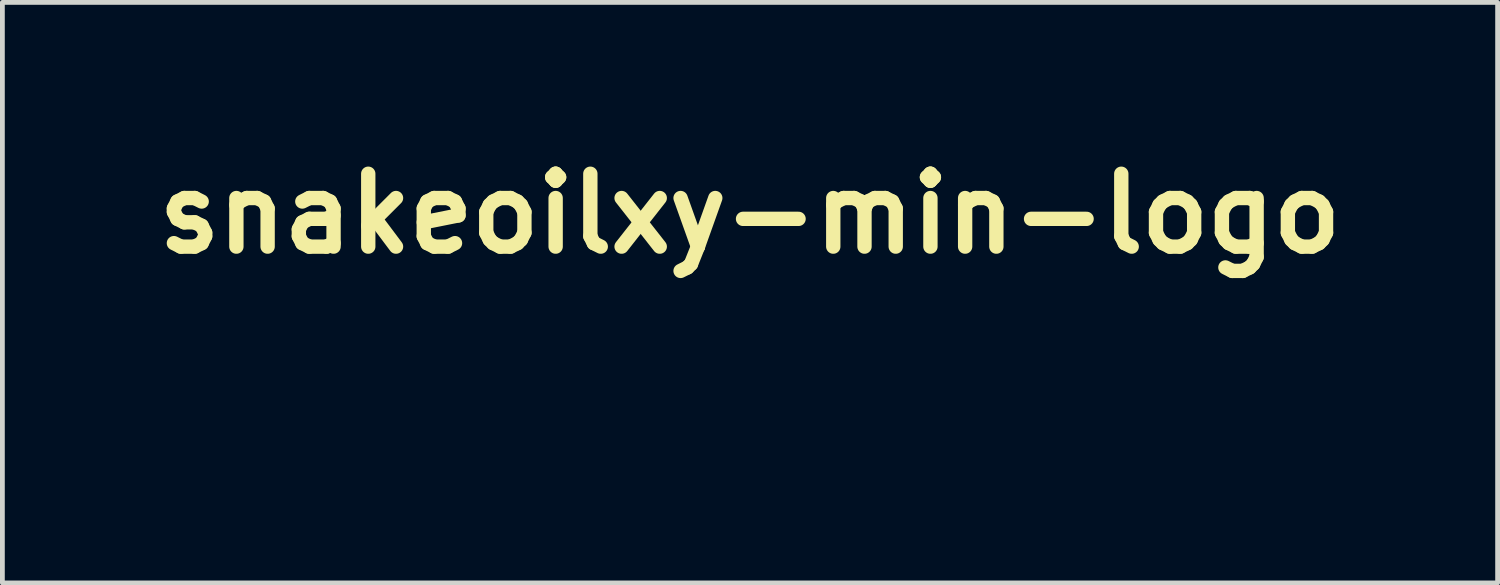
<source format=kicad_pcb>
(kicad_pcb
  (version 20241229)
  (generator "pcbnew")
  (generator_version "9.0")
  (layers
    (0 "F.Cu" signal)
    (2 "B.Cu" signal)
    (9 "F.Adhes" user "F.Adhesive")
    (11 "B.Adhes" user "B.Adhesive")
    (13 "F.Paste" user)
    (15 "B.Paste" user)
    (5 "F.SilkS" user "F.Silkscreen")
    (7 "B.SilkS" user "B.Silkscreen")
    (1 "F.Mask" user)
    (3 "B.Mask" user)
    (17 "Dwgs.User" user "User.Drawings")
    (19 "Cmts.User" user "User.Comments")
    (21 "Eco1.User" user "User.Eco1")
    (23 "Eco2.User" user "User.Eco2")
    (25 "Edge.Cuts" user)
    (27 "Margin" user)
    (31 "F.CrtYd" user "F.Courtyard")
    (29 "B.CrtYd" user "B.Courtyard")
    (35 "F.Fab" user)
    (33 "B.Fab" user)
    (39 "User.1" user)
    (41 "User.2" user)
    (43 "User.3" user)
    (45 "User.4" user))
  (footprint "snakeoilxy-min-logo"
    (layer "F.Cu")
    (at 5.168 4.851)
    (property "Reference" "snakeoilxy-min-logo" (at 7.466 -3.433 0) (layer "F.SilkS") (effects (font (size 1.524 1.524) (thickness 0.3))))
    (attr through_hole)
    (fp_poly (pts (xy -2.159 -1.605) (xy -2.157 -1.598) (xy -2.152 -1.581) (xy -2.144 -1.554) (xy -2.134 -1.518) (xy -2.122 -1.476) (xy -2.108 -1.427) (xy -2.093 -1.374) (xy -2.084 -1.342) (xy -2.012 -1.082) (xy -2.063 -1.065) (xy -2.092 -1.055) (xy -2.12 -1.045) (xy -2.143 -1.036) (xy -2.145 -1.035) (xy -2.163 -1.027) (xy -2.175 -1.022) (xy -2.178 -1.021) (xy -2.181 -1.027) (xy -2.19 -1.042) (xy -2.203 -1.067) (xy -2.22 -1.099) (xy -2.241 -1.138) (xy -2.264 -1.182) (xy -2.29 -1.231) (xy -2.307 -1.262) (xy -2.433 -1.503) (xy -2.398 -1.52) (xy -2.367 -1.534) (xy -2.332 -1.549) (xy -2.296 -1.563) (xy -2.26 -1.576) (xy -2.227 -1.588) (xy -2.198 -1.597) (xy -2.176 -1.603) (xy -2.162 -1.606) (xy -2.159 -1.605)) (stroke (width 0.01) (type solid)) (fill yes) (layer "F.Mask"))
    (fp_poly (pts (xy 0.729 0.227) (xy 0.781 0.279) (xy 0.831 0.328) (xy 0.878 0.375) (xy 0.922 0.418) (xy 0.962 0.456) (xy 0.997 0.489) (xy 1.025 0.516) (xy 1.047 0.536) (xy 1.06 0.548) (xy 1.062 0.55) (xy 1.153 0.611) (xy 1.248 0.66) (xy 1.348 0.697) (xy 1.451 0.722) (xy 1.558 0.735) (xy 1.58 0.736) (xy 1.673 0.739) (xy 1.673 1.284) (xy 1.589 1.283) (xy 1.552 1.282) (xy 1.514 1.281) (xy 1.479 1.279) (xy 1.454 1.276) (xy 1.327 1.256) (xy 1.199 1.223) (xy 1.074 1.179) (xy 0.953 1.123) (xy 0.837 1.057) (xy 0.785 1.024) (xy 0.761 1.006) (xy 0.736 0.988) (xy 0.71 0.967) (xy 0.682 0.944) (xy 0.652 0.917) (xy 0.617 0.886) (xy 0.579 0.849) (xy 0.535 0.807) (xy 0.486 0.759) (xy 0.429 0.703) (xy 0.365 0.64) (xy 0.319 0.594) (xy 0.048 0.322) (xy 0.435 -0.065) (xy 0.729 0.227)) (stroke (width 0.01) (type solid)) (fill yes) (layer "F.Mask"))
    (fp_poly (pts (xy -2.972 -1.031) (xy -2.958 -1.022) (xy -2.939 -1.01) (xy -2.926 -1.001) (xy -2.908 -0.989) (xy -2.882 -0.971) (xy -2.849 -0.948) (xy -2.81 -0.922) (xy -2.767 -0.893) (xy -2.723 -0.863) (xy -2.7 -0.848) (xy -2.524 -0.729) (xy -2.557 -0.677) (xy -2.585 -0.627) (xy -2.613 -0.571) (xy -2.638 -0.513) (xy -2.657 -0.459) (xy -2.657 -0.457) (xy -2.665 -0.436) (xy -2.672 -0.42) (xy -2.678 -0.413) (xy -2.679 -0.412) (xy -2.686 -0.414) (xy -2.705 -0.418) (xy -2.733 -0.424) (xy -2.77 -0.432) (xy -2.814 -0.442) (xy -2.863 -0.452) (xy -2.917 -0.464) (xy -2.943 -0.47) (xy -2.998 -0.482) (xy -3.049 -0.494) (xy -3.095 -0.504) (xy -3.135 -0.513) (xy -3.166 -0.52) (xy -3.189 -0.526) (xy -3.201 -0.529) (xy -3.202 -0.529) (xy -3.202 -0.536) (xy -3.198 -0.553) (xy -3.191 -0.578) (xy -3.183 -0.607) (xy -3.173 -0.639) (xy -3.162 -0.672) (xy -3.151 -0.703) (xy -3.149 -0.709) (xy -3.127 -0.762) (xy -3.101 -0.82) (xy -3.071 -0.879) (xy -3.041 -0.934) (xy -3.015 -0.976) (xy -3 -0.999) (xy -2.988 -1.018) (xy -2.98 -1.03) (xy -2.978 -1.033) (xy -2.972 -1.031)) (stroke (width 0.01) (type solid)) (fill yes) (layer "F.Mask"))
    (fp_poly (pts (xy -2.547 -1.429) (xy -2.537 -1.414) (xy -2.521 -1.392) (xy -2.501 -1.363) (xy -2.478 -1.329) (xy -2.453 -1.29) (xy -2.425 -1.249) (xy -2.397 -1.207) (xy -2.37 -1.165) (xy -2.343 -1.124) (xy -2.318 -1.086) (xy -2.296 -1.052) (xy -2.278 -1.023) (xy -2.264 -1.001) (xy -2.256 -0.988) (xy -2.254 -0.983) (xy -2.259 -0.977) (xy -2.272 -0.967) (xy -2.29 -0.954) (xy -2.294 -0.952) (xy -2.315 -0.936) (xy -2.342 -0.915) (xy -2.371 -0.892) (xy -2.39 -0.875) (xy -2.413 -0.855) (xy -2.431 -0.839) (xy -2.444 -0.829) (xy -2.449 -0.825) (xy -2.449 -0.825) (xy -2.454 -0.829) (xy -2.467 -0.841) (xy -2.488 -0.859) (xy -2.516 -0.884) (xy -2.548 -0.913) (xy -2.585 -0.946) (xy -2.626 -0.982) (xy -2.645 -0.999) (xy -2.687 -1.037) (xy -2.726 -1.072) (xy -2.761 -1.105) (xy -2.792 -1.133) (xy -2.816 -1.155) (xy -2.834 -1.172) (xy -2.843 -1.181) (xy -2.844 -1.183) (xy -2.846 -1.189) (xy -2.843 -1.197) (xy -2.834 -1.209) (xy -2.819 -1.225) (xy -2.796 -1.246) (xy -2.766 -1.274) (xy -2.738 -1.298) (xy -2.711 -1.32) (xy -2.682 -1.344) (xy -2.651 -1.367) (xy -2.622 -1.389) (xy -2.595 -1.408) (xy -2.573 -1.423) (xy -2.558 -1.432) (xy -2.551 -1.434) (xy -2.547 -1.429)) (stroke (width 0.01) (type solid)) (fill yes) (layer "F.Mask"))
    (fp_poly (pts (xy -1.738 -1.66) (xy -1.711 -1.658) (xy -1.677 -1.656) (xy -1.644 -1.653) (xy -1.638 -1.653) (xy -1.54 -1.642) (xy -1.438 -1.621) (xy -1.333 -1.593) (xy -1.231 -1.558) (xy -1.134 -1.516) (xy -1.076 -1.487) (xy -1.041 -1.468) (xy -1.009 -1.449) (xy -0.978 -1.431) (xy -0.949 -1.411) (xy -0.919 -1.39) (xy -0.888 -1.366) (xy -0.855 -1.34) (xy -0.82 -1.309) (xy -0.781 -1.274) (xy -0.738 -1.233) (xy -0.689 -1.186) (xy -0.634 -1.133) (xy -0.572 -1.072) (xy -0.502 -1.002) (xy -0.5 -1) (xy -0.194 -0.695) (xy -0.388 -0.503) (xy -0.429 -0.462) (xy -0.467 -0.424) (xy -0.501 -0.391) (xy -0.53 -0.362) (xy -0.554 -0.338) (xy -0.571 -0.321) (xy -0.581 -0.312) (xy -0.583 -0.31) (xy -0.587 -0.315) (xy -0.6 -0.327) (xy -0.621 -0.347) (xy -0.648 -0.374) (xy -0.681 -0.407) (xy -0.719 -0.445) (xy -0.762 -0.488) (xy -0.809 -0.535) (xy -0.859 -0.584) (xy -0.886 -0.611) (xy -0.95 -0.675) (xy -1.006 -0.73) (xy -1.055 -0.779) (xy -1.098 -0.82) (xy -1.135 -0.855) (xy -1.167 -0.885) (xy -1.196 -0.91) (xy -1.221 -0.931) (xy -1.244 -0.949) (xy -1.266 -0.964) (xy -1.287 -0.978) (xy -1.308 -0.99) (xy -1.33 -1.002) (xy -1.353 -1.014) (xy -1.421 -1.044) (xy -1.494 -1.07) (xy -1.569 -1.09) (xy -1.642 -1.103) (xy -1.709 -1.11) (xy -1.728 -1.11) (xy -1.781 -1.11) (xy -1.781 -1.664) (xy -1.738 -1.66)) (stroke (width 0.01) (type solid)) (fill yes) (layer "F.Mask"))
    (fp_poly (pts (xy 1.733 -1.655) (xy 1.864 -1.64) (xy 1.995 -1.613) (xy 2.122 -1.573) (xy 2.245 -1.523) (xy 2.363 -1.461) (xy 2.475 -1.389) (xy 2.581 -1.308) (xy 2.678 -1.217) (xy 2.768 -1.117) (xy 2.848 -1.009) (xy 2.918 -0.894) (xy 2.977 -0.773) (xy 3.024 -0.647) (xy 3.06 -0.518) (xy 3.084 -0.387) (xy 3.096 -0.253) (xy 3.096 -0.118) (xy 3.084 0.018) (xy 3.063 0.134) (xy 3.033 0.247) (xy 2.992 0.36) (xy 2.941 0.472) (xy 2.882 0.58) (xy 2.815 0.682) (xy 2.77 0.741) (xy 2.742 0.773) (xy 2.708 0.81) (xy 2.668 0.85) (xy 2.627 0.89) (xy 2.587 0.928) (xy 2.549 0.96) (xy 2.52 0.984) (xy 2.487 1.008) (xy 2.45 1.033) (xy 2.413 1.058) (xy 2.375 1.081) (xy 2.339 1.102) (xy 2.306 1.12) (xy 2.278 1.134) (xy 2.256 1.144) (xy 2.242 1.147) (xy 2.239 1.146) (xy 2.235 1.14) (xy 2.228 1.123) (xy 2.217 1.097) (xy 2.202 1.065) (xy 2.185 1.026) (xy 2.166 0.983) (xy 2.147 0.938) (xy 2.126 0.89) (xy 2.106 0.843) (xy 2.086 0.797) (xy 2.067 0.755) (xy 2.051 0.716) (xy 2.037 0.684) (xy 2.031 0.67) (xy 2.023 0.65) (xy 2.056 0.633) (xy 2.145 0.58) (xy 2.227 0.517) (xy 2.301 0.445) (xy 2.368 0.364) (xy 2.425 0.277) (xy 2.472 0.184) (xy 2.509 0.085) (xy 2.535 -0.017) (xy 2.538 -0.034) (xy 2.546 -0.099) (xy 2.549 -0.171) (xy 2.548 -0.245) (xy 2.542 -0.317) (xy 2.531 -0.382) (xy 2.528 -0.394) (xy 2.498 -0.497) (xy 2.457 -0.594) (xy 2.405 -0.684) (xy 2.345 -0.769) (xy 2.275 -0.845) (xy 2.198 -0.914) (xy 2.114 -0.973) (xy 2.023 -1.023) (xy 1.927 -1.063) (xy 1.825 -1.091) (xy 1.775 -1.101) (xy 1.729 -1.106) (xy 1.676 -1.109) (xy 1.618 -1.11) (xy 1.561 -1.109) (xy 1.509 -1.105) (xy 1.47 -1.1) (xy 1.418 -1.089) (xy 1.36 -1.073) (xy 1.301 -1.053) (xy 1.246 -1.032) (xy 1.209 -1.015) (xy 1.195 -1.007) (xy 1.181 -1.001) (xy 1.168 -0.994) (xy 1.156 -0.987) (xy 1.143 -0.979) (xy 1.13 -0.971) (xy 1.116 -0.961) (xy 1.1 -0.949) (xy 1.083 -0.935) (xy 1.063 -0.919) (xy 1.041 -0.899) (xy 1.016 -0.877) (xy 0.988 -0.85) (xy 0.956 -0.82) (xy 0.92 -0.785) (xy 0.879 -0.745) (xy 0.833 -0.701) (xy 0.782 -0.65) (xy 0.725 -0.594) (xy 0.662 -0.532) (xy 0.592 -0.463) (xy 0.516 -0.386) (xy 0.432 -0.303) (xy 0.34 -0.211) (xy 0.24 -0.111) (xy 0.132 -0.003) (xy 0.124 0.004) (xy 0.033 0.095) (xy -0.056 0.183) (xy -0.142 0.269) (xy -0.226 0.352) (xy -0.306 0.432) (xy -0.383 0.508) (xy -0.455 0.579) (xy -0.522 0.646) (xy -0.585 0.708) (xy -0.642 0.764) (xy -0.692 0.814) (xy -0.737 0.857) (xy -0.774 0.893) (xy -0.804 0.922) (xy -0.826 0.943) (xy -0.84 0.956) (xy -0.844 0.959) (xy -0.957 1.041) (xy -1.075 1.111) (xy -1.198 1.17) (xy -1.325 1.217) (xy -1.456 1.252) (xy -1.59 1.275) (xy -1.611 1.277) (xy -1.646 1.28) (xy -1.69 1.282) (xy -1.741 1.283) (xy -1.793 1.283) (xy -1.845 1.282) (xy -1.891 1.28) (xy -1.93 1.277) (xy -1.937 1.277) (xy -2.059 1.258) (xy -2.182 1.227) (xy -2.303 1.186) (xy -2.421 1.134) (xy -2.534 1.073) (xy -2.641 1.003) (xy -2.692 0.963) (xy -2.725 0.936) (xy -2.763 0.901) (xy -2.803 0.862) (xy -2.843 0.821) (xy -2.879 0.782) (xy -2.91 0.748) (xy -2.916 0.741) (xy -2.993 0.636) (xy -3.061 0.523) (xy -3.119 0.404) (xy -3.167 0.281) (xy -3.204 0.154) (xy -3.229 0.026) (xy -3.235 -0.024) (xy -3.237 -0.048) (xy -3.239 -0.079) (xy -3.241 -0.113) (xy -3.242 -0.149) (xy -3.243 -0.184) (xy -3.243 -0.216) (xy -3.243 -0.242) (xy -3.242 -0.26) (xy -3.241 -0.268) (xy -3.241 -0.268) (xy -3.234 -0.268) (xy -3.217 -0.268) (xy -3.19 -0.267) (xy -3.155 -0.266) (xy -3.113 -0.265) (xy -3.067 -0.263) (xy -3.018 -0.261) (xy -2.968 -0.259) (xy -2.917 -0.257) (xy -2.868 -0.255) (xy -2.822 -0.254) (xy -2.781 -0.252) (xy -2.747 -0.25) (xy -2.72 -0.249) (xy -2.704 -0.248) (xy -2.698 -0.247) (xy -2.697 -0.241) (xy -2.697 -0.224) (xy -2.695 -0.199) (xy -2.694 -0.168) (xy -2.693 -0.147) (xy -2.687 -0.063) (xy -2.676 0.013) (xy -2.657 0.085) (xy -2.63 0.157) (xy -2.597 0.23) (xy -2.544 0.322) (xy -2.48 0.407) (xy -2.407 0.484) (xy -2.326 0.553) (xy -2.238 0.612) (xy -2.184 0.641) (xy -2.096 0.68) (xy -2.009 0.708) (xy -1.919 0.727) (xy -1.825 0.736) (xy -1.73 0.736) (xy -1.622 0.726) (xy -1.519 0.704) (xy -1.42 0.671) (xy -1.325 0.625) (xy -1.233 0.567) (xy -1.206 0.548) (xy -1.198 0.541) (xy -1.181 0.525) (xy -1.156 0.501) (xy -1.124 0.47) (xy -1.084 0.431) (xy -1.038 0.385) (xy -0.985 0.333) (xy -0.926 0.276) (xy -0.862 0.212) (xy -0.793 0.144) (xy -0.72 0.071) (xy -0.642 -0.006) (xy -0.561 -0.087) (xy -0.476 -0.171) (xy -0.389 -0.258) (xy -0.3 -0.347) (xy -0.254 -0.393) (xy -0.144 -0.502) (xy -0.04 -0.606) (xy 0.059 -0.704) (xy 0.152 -0.797) (xy 0.239 -0.883) (xy 0.319 -0.962) (xy 0.393 -1.035) (xy 0.46 -1.101) (xy 0.52 -1.16) (xy 0.572 -1.211) (xy 0.617 -1.255) (xy 0.654 -1.29) (xy 0.682 -1.317) (xy 0.703 -1.336) (xy 0.714 -1.346) (xy 0.715 -1.347) (xy 0.829 -1.426) (xy 0.948 -1.495) (xy 1.071 -1.552) (xy 1.198 -1.597) (xy 1.329 -1.63) (xy 1.462 -1.65) (xy 1.596 -1.659) (xy 1.733 -1.655)) (stroke (width 0.01) (type solid)) (fill yes) (layer "F.Mask")))
  (gr_rect
    (start -3 -3)
    (end 28.269 9.14)
    (stroke (width 0.1) (type default))
    (fill no)
    (layer "Edge.Cuts")))
</source>
